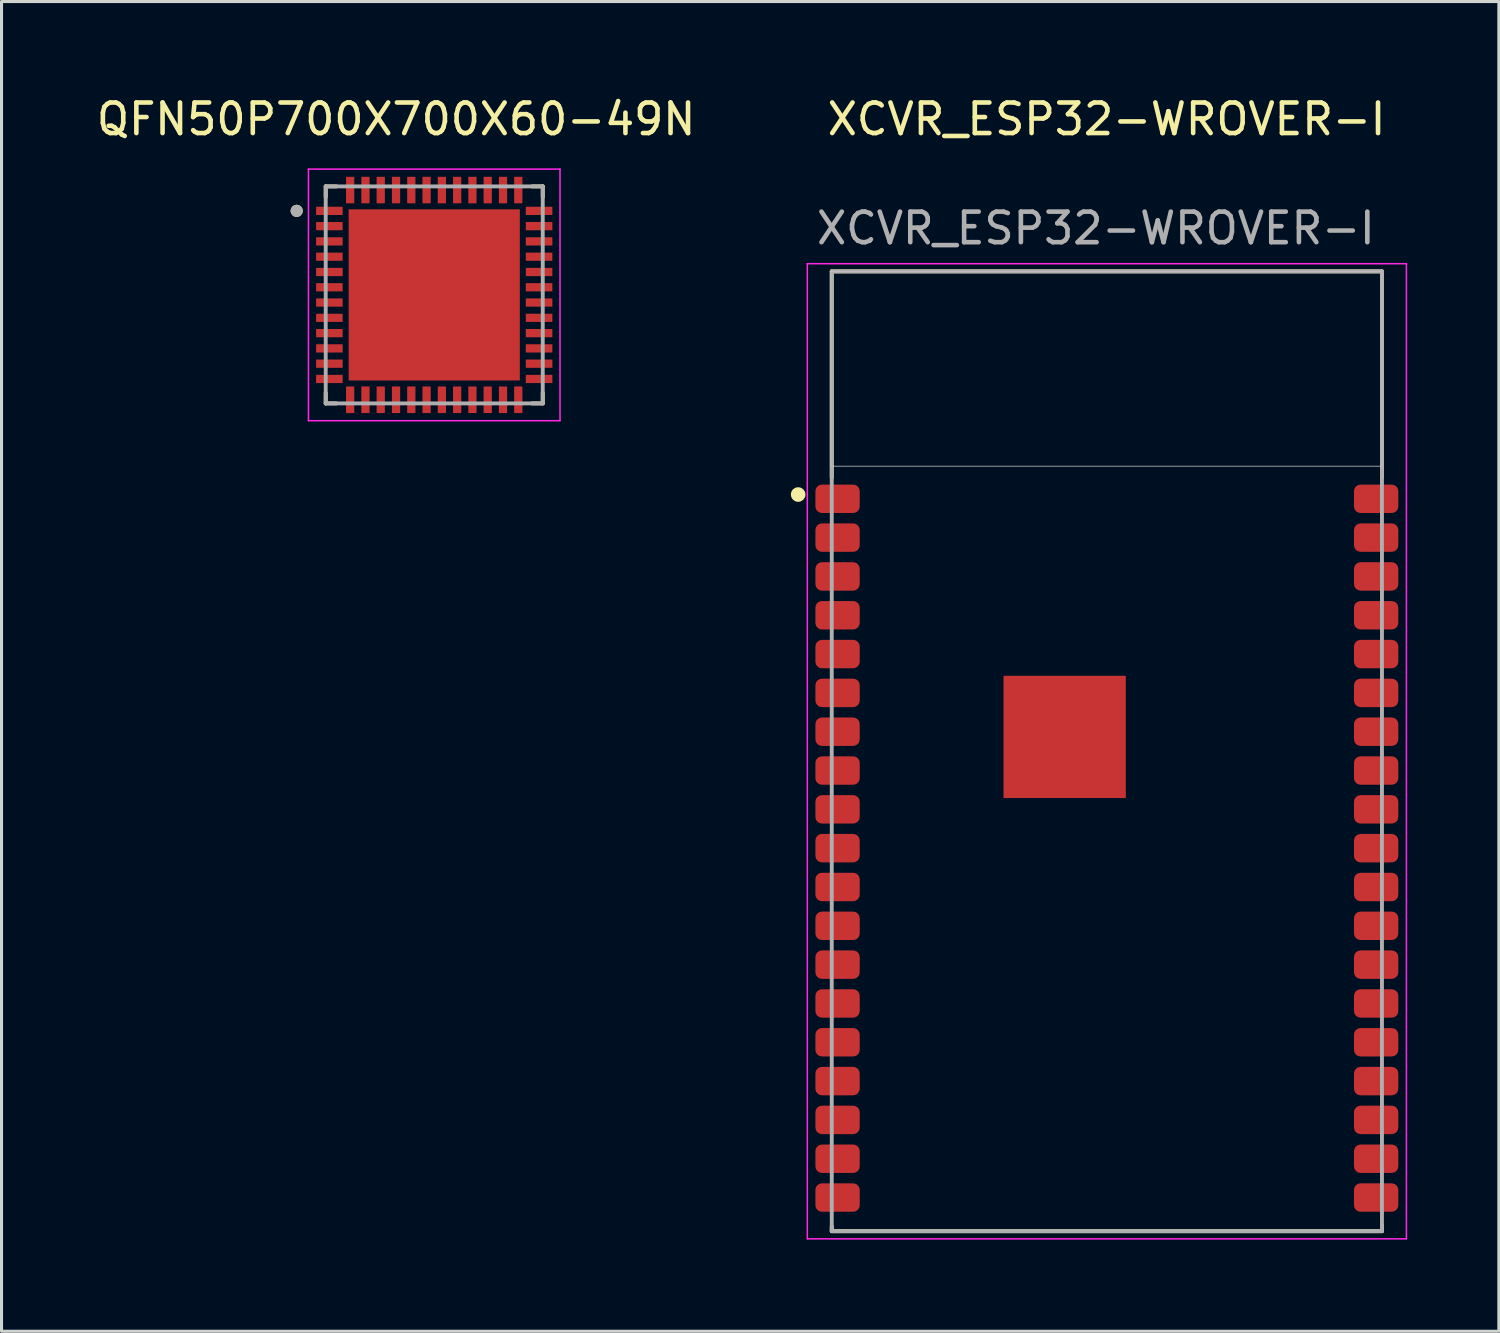
<source format=kicad_pcb>
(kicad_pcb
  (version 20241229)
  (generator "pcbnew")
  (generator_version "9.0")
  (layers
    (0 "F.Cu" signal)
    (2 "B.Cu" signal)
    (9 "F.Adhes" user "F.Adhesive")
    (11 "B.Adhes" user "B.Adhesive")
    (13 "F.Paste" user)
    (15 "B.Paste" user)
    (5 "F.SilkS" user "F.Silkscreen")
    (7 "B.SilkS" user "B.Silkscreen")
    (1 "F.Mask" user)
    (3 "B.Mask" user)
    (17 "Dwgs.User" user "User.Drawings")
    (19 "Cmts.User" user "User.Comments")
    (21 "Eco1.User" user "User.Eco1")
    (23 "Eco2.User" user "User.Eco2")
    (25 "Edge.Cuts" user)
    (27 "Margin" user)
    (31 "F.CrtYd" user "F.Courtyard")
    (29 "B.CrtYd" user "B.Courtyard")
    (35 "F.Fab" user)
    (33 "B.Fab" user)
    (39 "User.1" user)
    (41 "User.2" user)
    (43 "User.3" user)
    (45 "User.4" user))
  (footprint "QFN50P700X700X60-49N"
    (layer "F.Cu")
    (at 11.156 6.598)
    (property "Reference" "QFN50P700X700X60-49N" (at -1.245 -5.75 0) (layer "F.SilkS") (effects (font (size 1 1) (thickness 0.15))))
    (attr through_hole)
    (fp_line (start -3.55 -3.55) (end -3.55 -3.205) (stroke (width 0.127) (type solid)) (layer "F.SilkS"))
    (fp_line (start -3.55 -3.55) (end -3.205 -3.55) (stroke (width 0.127) (type solid)) (layer "F.SilkS"))
    (fp_line (start -3.55 3.55) (end -3.55 3.205) (stroke (width 0.127) (type solid)) (layer "F.SilkS"))
    (fp_line (start -3.55 3.55) (end -3.205 3.55) (stroke (width 0.127) (type solid)) (layer "F.SilkS"))
    (fp_line (start 3.55 -3.55) (end 3.205 -3.55) (stroke (width 0.127) (type solid)) (layer "F.SilkS"))
    (fp_line (start 3.55 -3.55) (end 3.55 -3.205) (stroke (width 0.127) (type solid)) (layer "F.SilkS"))
    (fp_line (start 3.55 3.55) (end 3.205 3.55) (stroke (width 0.127) (type solid)) (layer "F.SilkS"))
    (fp_line (start 3.55 3.55) (end 3.55 3.205) (stroke (width 0.127) (type solid)) (layer "F.SilkS"))
    (fp_circle (center -4.5 -2.75) (end -4.4 -2.75) (stroke (width 0.2) (type solid)) (fill no) (layer "F.SilkS"))
    (fp_poly (pts (xy -2.29 -2.29) (xy -0.51 -2.29) (xy -0.51 -0.51) (xy -2.29 -0.51)) (stroke (width 0.01) (type solid)) (fill yes) (layer "F.Paste"))
    (fp_poly (pts (xy -2.29 0.51) (xy -0.51 0.51) (xy -0.51 2.29) (xy -2.29 2.29)) (stroke (width 0.01) (type solid)) (fill yes) (layer "F.Paste"))
    (fp_poly (pts (xy 0.51 -2.29) (xy 2.29 -2.29) (xy 2.29 -0.51) (xy 0.51 -0.51)) (stroke (width 0.01) (type solid)) (fill yes) (layer "F.Paste"))
    (fp_poly (pts (xy 0.51 0.51) (xy 2.29 0.51) (xy 2.29 2.29) (xy 0.51 2.29)) (stroke (width 0.01) (type solid)) (fill yes) (layer "F.Paste"))
    (fp_line (start -4.115 -4.115) (end 4.115 -4.115) (stroke (width 0.05) (type solid)) (layer "F.CrtYd"))
    (fp_line (start -4.115 4.115) (end -4.115 -4.115) (stroke (width 0.05) (type solid)) (layer "F.CrtYd"))
    (fp_line (start -4.115 4.115) (end 4.115 4.115) (stroke (width 0.05) (type solid)) (layer "F.CrtYd"))
    (fp_line (start 4.115 4.115) (end 4.115 -4.115) (stroke (width 0.05) (type solid)) (layer "F.CrtYd"))
    (fp_line (start -3.55 3.55) (end -3.55 -3.55) (stroke (width 0.127) (type solid)) (layer "F.Fab"))
    (fp_line (start 3.55 -3.55) (end -3.55 -3.55) (stroke (width 0.127) (type solid)) (layer "F.Fab"))
    (fp_line (start 3.55 3.55) (end -3.55 3.55) (stroke (width 0.127) (type solid)) (layer "F.Fab"))
    (fp_line (start 3.55 3.55) (end 3.55 -3.55) (stroke (width 0.127) (type solid)) (layer "F.Fab"))
    (fp_circle (center -4.5 -2.75) (end -4.4 -2.75) (stroke (width 0.2) (type solid)) (fill no) (layer "F.Fab"))
    (pad "1" smd roundrect (at -3.43 -2.75) (size 0.87 0.27) (layers "F.Cu" "F.Mask" "F.Paste") (roundrect_rratio 0.03))
    (pad "2" smd roundrect (at -3.43 -2.25) (size 0.87 0.27) (layers "F.Cu" "F.Mask" "F.Paste") (roundrect_rratio 0.03))
    (pad "3" smd roundrect (at -3.43 -1.75) (size 0.87 0.27) (layers "F.Cu" "F.Mask" "F.Paste") (roundrect_rratio 0.03))
    (pad "4" smd roundrect (at -3.43 -1.25) (size 0.87 0.27) (layers "F.Cu" "F.Mask" "F.Paste") (roundrect_rratio 0.03))
    (pad "5" smd roundrect (at -3.43 -0.75) (size 0.87 0.27) (layers "F.Cu" "F.Mask" "F.Paste") (roundrect_rratio 0.03))
    (pad "6" smd roundrect (at -3.43 -0.25) (size 0.87 0.27) (layers "F.Cu" "F.Mask" "F.Paste") (roundrect_rratio 0.03))
    (pad "7" smd roundrect (at -3.43 0.25) (size 0.87 0.27) (layers "F.Cu" "F.Mask" "F.Paste") (roundrect_rratio 0.03))
    (pad "8" smd roundrect (at -3.43 0.75) (size 0.87 0.27) (layers "F.Cu" "F.Mask" "F.Paste") (roundrect_rratio 0.03))
    (pad "9" smd roundrect (at -3.43 1.25) (size 0.87 0.27) (layers "F.Cu" "F.Mask" "F.Paste") (roundrect_rratio 0.03))
    (pad "10" smd roundrect (at -3.43 1.75) (size 0.87 0.27) (layers "F.Cu" "F.Mask" "F.Paste") (roundrect_rratio 0.03))
    (pad "11" smd roundrect (at -3.43 2.25) (size 0.87 0.27) (layers "F.Cu" "F.Mask" "F.Paste") (roundrect_rratio 0.03))
    (pad "12" smd roundrect (at -3.43 2.75) (size 0.87 0.27) (layers "F.Cu" "F.Mask" "F.Paste") (roundrect_rratio 0.03))
    (pad "13" smd roundrect (at -2.75 3.43 90) (size 0.87 0.27) (layers "F.Cu" "F.Mask" "F.Paste") (roundrect_rratio 0.03))
    (pad "14" smd roundrect (at -2.25 3.43 90) (size 0.87 0.27) (layers "F.Cu" "F.Mask" "F.Paste") (roundrect_rratio 0.03))
    (pad "15" smd roundrect (at -1.75 3.43 90) (size 0.87 0.27) (layers "F.Cu" "F.Mask" "F.Paste") (roundrect_rratio 0.03))
    (pad "16" smd roundrect (at -1.25 3.43 90) (size 0.87 0.27) (layers "F.Cu" "F.Mask" "F.Paste") (roundrect_rratio 0.03))
    (pad "17" smd roundrect (at -0.75 3.43 90) (size 0.87 0.27) (layers "F.Cu" "F.Mask" "F.Paste") (roundrect_rratio 0.03))
    (pad "18" smd roundrect (at -0.25 3.43 90) (size 0.87 0.27) (layers "F.Cu" "F.Mask" "F.Paste") (roundrect_rratio 0.03))
    (pad "19" smd roundrect (at 0.25 3.43 90) (size 0.87 0.27) (layers "F.Cu" "F.Mask" "F.Paste") (roundrect_rratio 0.03))
    (pad "20" smd roundrect (at 0.75 3.43 90) (size 0.87 0.27) (layers "F.Cu" "F.Mask" "F.Paste") (roundrect_rratio 0.03))
    (pad "21" smd roundrect (at 1.25 3.43 90) (size 0.87 0.27) (layers "F.Cu" "F.Mask" "F.Paste") (roundrect_rratio 0.03))
    (pad "22" smd roundrect (at 1.75 3.43 90) (size 0.87 0.27) (layers "F.Cu" "F.Mask" "F.Paste") (roundrect_rratio 0.03))
    (pad "23" smd roundrect (at 2.25 3.43 90) (size 0.87 0.27) (layers "F.Cu" "F.Mask" "F.Paste") (roundrect_rratio 0.03))
    (pad "24" smd roundrect (at 2.75 3.43 90) (size 0.87 0.27) (layers "F.Cu" "F.Mask" "F.Paste") (roundrect_rratio 0.03))
    (pad "25" smd roundrect (at 3.43 2.75) (size 0.87 0.27) (layers "F.Cu" "F.Mask" "F.Paste") (roundrect_rratio 0.03))
    (pad "26" smd roundrect (at 3.43 2.25) (size 0.87 0.27) (layers "F.Cu" "F.Mask" "F.Paste") (roundrect_rratio 0.03))
    (pad "27" smd roundrect (at 3.43 1.75) (size 0.87 0.27) (layers "F.Cu" "F.Mask" "F.Paste") (roundrect_rratio 0.03))
    (pad "28" smd roundrect (at 3.43 1.25) (size 0.87 0.27) (layers "F.Cu" "F.Mask" "F.Paste") (roundrect_rratio 0.03))
    (pad "29" smd roundrect (at 3.43 0.75) (size 0.87 0.27) (layers "F.Cu" "F.Mask" "F.Paste") (roundrect_rratio 0.03))
    (pad "30" smd roundrect (at 3.43 0.25) (size 0.87 0.27) (layers "F.Cu" "F.Mask" "F.Paste") (roundrect_rratio 0.03))
    (pad "31" smd roundrect (at 3.43 -0.25) (size 0.87 0.27) (layers "F.Cu" "F.Mask" "F.Paste") (roundrect_rratio 0.03))
    (pad "32" smd roundrect (at 3.43 -0.75) (size 0.87 0.27) (layers "F.Cu" "F.Mask" "F.Paste") (roundrect_rratio 0.03))
    (pad "33" smd roundrect (at 3.43 -1.25) (size 0.87 0.27) (layers "F.Cu" "F.Mask" "F.Paste") (roundrect_rratio 0.03))
    (pad "34" smd roundrect (at 3.43 -1.75) (size 0.87 0.27) (layers "F.Cu" "F.Mask" "F.Paste") (roundrect_rratio 0.03))
    (pad "35" smd roundrect (at 3.43 -2.25) (size 0.87 0.27) (layers "F.Cu" "F.Mask" "F.Paste") (roundrect_rratio 0.03))
    (pad "36" smd roundrect (at 3.43 -2.75) (size 0.87 0.27) (layers "F.Cu" "F.Mask" "F.Paste") (roundrect_rratio 0.03))
    (pad "37" smd roundrect (at 2.75 -3.43 90) (size 0.87 0.27) (layers "F.Cu" "F.Mask" "F.Paste") (roundrect_rratio 0.03))
    (pad "38" smd roundrect (at 2.25 -3.43 90) (size 0.87 0.27) (layers "F.Cu" "F.Mask" "F.Paste") (roundrect_rratio 0.03))
    (pad "39" smd roundrect (at 1.75 -3.43 90) (size 0.87 0.27) (layers "F.Cu" "F.Mask" "F.Paste") (roundrect_rratio 0.03))
    (pad "40" smd roundrect (at 1.25 -3.43 90) (size 0.87 0.27) (layers "F.Cu" "F.Mask" "F.Paste") (roundrect_rratio 0.03))
    (pad "41" smd roundrect (at 0.75 -3.43 90) (size 0.87 0.27) (layers "F.Cu" "F.Mask" "F.Paste") (roundrect_rratio 0.03))
    (pad "42" smd roundrect (at 0.25 -3.43 90) (size 0.87 0.27) (layers "F.Cu" "F.Mask" "F.Paste") (roundrect_rratio 0.03))
    (pad "43" smd roundrect (at -0.25 -3.43 90) (size 0.87 0.27) (layers "F.Cu" "F.Mask" "F.Paste") (roundrect_rratio 0.03))
    (pad "44" smd roundrect (at -0.75 -3.43 90) (size 0.87 0.27) (layers "F.Cu" "F.Mask" "F.Paste") (roundrect_rratio 0.03))
    (pad "45" smd roundrect (at -1.25 -3.43 90) (size 0.87 0.27) (layers "F.Cu" "F.Mask" "F.Paste") (roundrect_rratio 0.03))
    (pad "46" smd roundrect (at -1.75 -3.43 90) (size 0.87 0.27) (layers "F.Cu" "F.Mask" "F.Paste") (roundrect_rratio 0.03))
    (pad "47" smd roundrect (at -2.25 -3.43 90) (size 0.87 0.27) (layers "F.Cu" "F.Mask" "F.Paste") (roundrect_rratio 0.03))
    (pad "48" smd roundrect (at -2.75 -3.43 90) (size 0.87 0.27) (layers "F.Cu" "F.Mask" "F.Paste") (roundrect_rratio 0.03))
    (pad "49" smd rect (at 0 0) (size 5.6 5.6) (layers "F.Cu" "F.Mask")))
  (footprint "XCVR_ESP32-WROVER-I"
    (layer "F.Cu")
    (at 33.151 1.348)
    (property "Reference" "XCVR_ESP32-WROVER-I" (at 0 -0.5 0) (unlocked yes) (layer "F.SilkS") (effects (font (size 1 1) (thickness 0.15))))
    (attr smd)
    (fp_line (start -8.99 4.48) (end 9.01 4.48) (stroke (width 0.127) (type solid)) (layer "F.SilkS"))
    (fp_line (start -8.99 11.23) (end -8.99 4.48) (stroke (width 0.127) (type solid)) (layer "F.SilkS"))
    (fp_line (start -8.99 35.73) (end -8.99 35.88) (stroke (width 0.127) (type solid)) (layer "F.SilkS"))
    (fp_line (start -8.99 35.88) (end 9.01 35.88) (stroke (width 0.127) (type solid)) (layer "F.SilkS"))
    (fp_line (start 9.01 4.48) (end 9.01 11.23) (stroke (width 0.127) (type solid)) (layer "F.SilkS"))
    (fp_line (start 9.01 35.88) (end 9.01 35.68) (stroke (width 0.127) (type solid)) (layer "F.SilkS"))
    (fp_circle (center -10.09 11.78) (end -9.97 11.78) (stroke (width 0.24) (type solid)) (fill no) (layer "F.SilkS"))
    (fp_poly (pts (xy -2.638 18.445) (xy -0.105 18.445) (xy -0.105 20.976) (xy -2.638 20.976)) (stroke (width 0.01) (type solid)) (fill yes) (layer "F.Paste"))
    (fp_poly (pts (xy -9.02 4.48) (xy 9.01 4.48) (xy 9.01 10.849) (xy -9.02 10.849)) (stroke (width 0.01) (type solid)) (fill no) (layer "Dwgs.User"))
    (fp_poly (pts (xy -9.019 4.48) (xy 9.01 4.48) (xy 9.01 10.85) (xy -9.019 10.85)) (stroke (width 0.01) (type solid)) (fill no) (layer "Dwgs.User"))
    (fp_poly (pts (xy -9.013 4.48) (xy 9.01 4.48) (xy 9.01 10.856) (xy -9.013 10.856)) (stroke (width 0.01) (type solid)) (fill no) (layer "Dwgs.User"))
    (fp_line (start -9.79 4.23) (end 9.81 4.23) (stroke (width 0.05) (type solid)) (layer "F.CrtYd"))
    (fp_line (start -9.79 36.13) (end -9.79 4.23) (stroke (width 0.05) (type solid)) (layer "F.CrtYd"))
    (fp_line (start 9.81 4.23) (end 9.81 36.13) (stroke (width 0.05) (type solid)) (layer "F.CrtYd"))
    (fp_line (start 9.81 36.13) (end -9.79 36.13) (stroke (width 0.05) (type solid)) (layer "F.CrtYd"))
    (fp_line (start -8.99 4.48) (end 9.01 4.48) (stroke (width 0.127) (type solid)) (layer "F.Fab"))
    (fp_line (start -8.99 35.88) (end -8.99 4.48) (stroke (width 0.127) (type solid)) (layer "F.Fab"))
    (fp_line (start 9.01 4.48) (end 9.01 35.88) (stroke (width 0.127) (type solid)) (layer "F.Fab"))
    (fp_line (start 9.01 35.88) (end -8.99 35.88) (stroke (width 0.127) (type solid)) (layer "F.Fab"))
    (fp_text user "${REFERENCE}" (at -0.35 3.07 0) (unlocked yes) (layer "F.Fab") (effects (font (size 1 1) (thickness 0.15))))
    (pad "1" smd roundrect (at -8.8 11.92) (size 1.45 0.93) (layers "F.Cu" "F.Mask" "F.Paste") (roundrect_rratio 0.23))
    (pad "2" smd roundrect (at -8.8 13.19) (size 1.45 0.93) (layers "F.Cu" "F.Mask" "F.Paste") (roundrect_rratio 0.23))
    (pad "3" smd roundrect (at -8.8 14.46) (size 1.45 0.93) (layers "F.Cu" "F.Mask" "F.Paste") (roundrect_rratio 0.23))
    (pad "4" smd roundrect (at -8.8 15.73) (size 1.45 0.93) (layers "F.Cu" "F.Mask" "F.Paste") (roundrect_rratio 0.23))
    (pad "5" smd roundrect (at -8.8 17) (size 1.45 0.93) (layers "F.Cu" "F.Mask" "F.Paste") (roundrect_rratio 0.23))
    (pad "6" smd roundrect (at -8.8 18.27) (size 1.45 0.93) (layers "F.Cu" "F.Mask" "F.Paste") (roundrect_rratio 0.23))
    (pad "7" smd roundrect (at -8.8 19.54) (size 1.45 0.93) (layers "F.Cu" "F.Mask" "F.Paste") (roundrect_rratio 0.23))
    (pad "8" smd roundrect (at -8.8 20.81) (size 1.45 0.93) (layers "F.Cu" "F.Mask" "F.Paste") (roundrect_rratio 0.23))
    (pad "9" smd roundrect (at -8.8 22.08) (size 1.45 0.93) (layers "F.Cu" "F.Mask" "F.Paste") (roundrect_rratio 0.23))
    (pad "10" smd roundrect (at -8.8 23.35) (size 1.45 0.93) (layers "F.Cu" "F.Mask" "F.Paste") (roundrect_rratio 0.23))
    (pad "11" smd roundrect (at -8.8 24.62) (size 1.45 0.93) (layers "F.Cu" "F.Mask" "F.Paste") (roundrect_rratio 0.23))
    (pad "12" smd roundrect (at -8.8 25.89) (size 1.45 0.93) (layers "F.Cu" "F.Mask" "F.Paste") (roundrect_rratio 0.23))
    (pad "13" smd roundrect (at -8.8 27.16) (size 1.45 0.93) (layers "F.Cu" "F.Mask" "F.Paste") (roundrect_rratio 0.23))
    (pad "14" smd roundrect (at -8.8 28.43) (size 1.45 0.93) (layers "F.Cu" "F.Mask" "F.Paste") (roundrect_rratio 0.23))
    (pad "15" smd roundrect (at -8.8 29.7) (size 1.45 0.93) (layers "F.Cu" "F.Mask" "F.Paste") (roundrect_rratio 0.23))
    (pad "16" smd roundrect (at -8.8 30.97) (size 1.45 0.93) (layers "F.Cu" "F.Mask" "F.Paste") (roundrect_rratio 0.23))
    (pad "17" smd roundrect (at -8.8 32.24) (size 1.45 0.93) (layers "F.Cu" "F.Mask" "F.Paste") (roundrect_rratio 0.23))
    (pad "18" smd roundrect (at -8.8 33.51) (size 1.45 0.93) (layers "F.Cu" "F.Mask" "F.Paste") (roundrect_rratio 0.23))
    (pad "19" smd roundrect (at -8.8 34.78) (size 1.45 0.93) (layers "F.Cu" "F.Mask" "F.Paste") (roundrect_rratio 0.23))
    (pad "20" smd roundrect (at 8.82 34.78) (size 1.45 0.93) (layers "F.Cu" "F.Mask" "F.Paste") (roundrect_rratio 0.23))
    (pad "21" smd roundrect (at 8.82 33.51) (size 1.45 0.93) (layers "F.Cu" "F.Mask" "F.Paste") (roundrect_rratio 0.23))
    (pad "22" smd roundrect (at 8.82 32.24) (size 1.45 0.93) (layers "F.Cu" "F.Mask" "F.Paste") (roundrect_rratio 0.23))
    (pad "23" smd roundrect (at 8.82 30.97) (size 1.45 0.93) (layers "F.Cu" "F.Mask" "F.Paste") (roundrect_rratio 0.23))
    (pad "24" smd roundrect (at 8.82 29.7) (size 1.45 0.93) (layers "F.Cu" "F.Mask" "F.Paste") (roundrect_rratio 0.23))
    (pad "25" smd roundrect (at 8.82 28.43) (size 1.45 0.93) (layers "F.Cu" "F.Mask" "F.Paste") (roundrect_rratio 0.23))
    (pad "26" smd roundrect (at 8.82 27.16) (size 1.45 0.93) (layers "F.Cu" "F.Mask" "F.Paste") (roundrect_rratio 0.23))
    (pad "27" smd roundrect (at 8.82 25.89) (size 1.45 0.93) (layers "F.Cu" "F.Mask" "F.Paste") (roundrect_rratio 0.23))
    (pad "28" smd roundrect (at 8.82 24.62) (size 1.45 0.93) (layers "F.Cu" "F.Mask" "F.Paste") (roundrect_rratio 0.23))
    (pad "29" smd roundrect (at 8.82 23.35) (size 1.45 0.93) (layers "F.Cu" "F.Mask" "F.Paste") (roundrect_rratio 0.23))
    (pad "30" smd roundrect (at 8.82 22.08) (size 1.45 0.93) (layers "F.Cu" "F.Mask" "F.Paste") (roundrect_rratio 0.23))
    (pad "31" smd roundrect (at 8.82 20.81) (size 1.45 0.93) (layers "F.Cu" "F.Mask" "F.Paste") (roundrect_rratio 0.23))
    (pad "32" smd roundrect (at 8.82 19.54) (size 1.45 0.93) (layers "F.Cu" "F.Mask" "F.Paste") (roundrect_rratio 0.23))
    (pad "33" smd roundrect (at 8.82 18.27) (size 1.45 0.93) (layers "F.Cu" "F.Mask" "F.Paste") (roundrect_rratio 0.23))
    (pad "34" smd roundrect (at 8.82 17) (size 1.45 0.93) (layers "F.Cu" "F.Mask" "F.Paste") (roundrect_rratio 0.23))
    (pad "35" smd roundrect (at 8.82 15.73) (size 1.45 0.93) (layers "F.Cu" "F.Mask" "F.Paste") (roundrect_rratio 0.23))
    (pad "36" smd roundrect (at 8.82 14.46) (size 1.45 0.93) (layers "F.Cu" "F.Mask" "F.Paste") (roundrect_rratio 0.23))
    (pad "37" smd roundrect (at 8.82 13.19) (size 1.45 0.93) (layers "F.Cu" "F.Mask" "F.Paste") (roundrect_rratio 0.23))
    (pad "38" smd roundrect (at 8.82 11.92) (size 1.45 0.93) (layers "F.Cu" "F.Mask" "F.Paste") (roundrect_rratio 0.23))
    (pad "39" smd rect (at -1.37 19.71) (size 4 4) (layers "F.Cu" "F.Mask")))
  (gr_rect
    (start -3 -3)
    (end 45.986 40.503)
    (stroke (width 0.1) (type default))
    (fill no)
    (layer "Edge.Cuts")))
</source>
